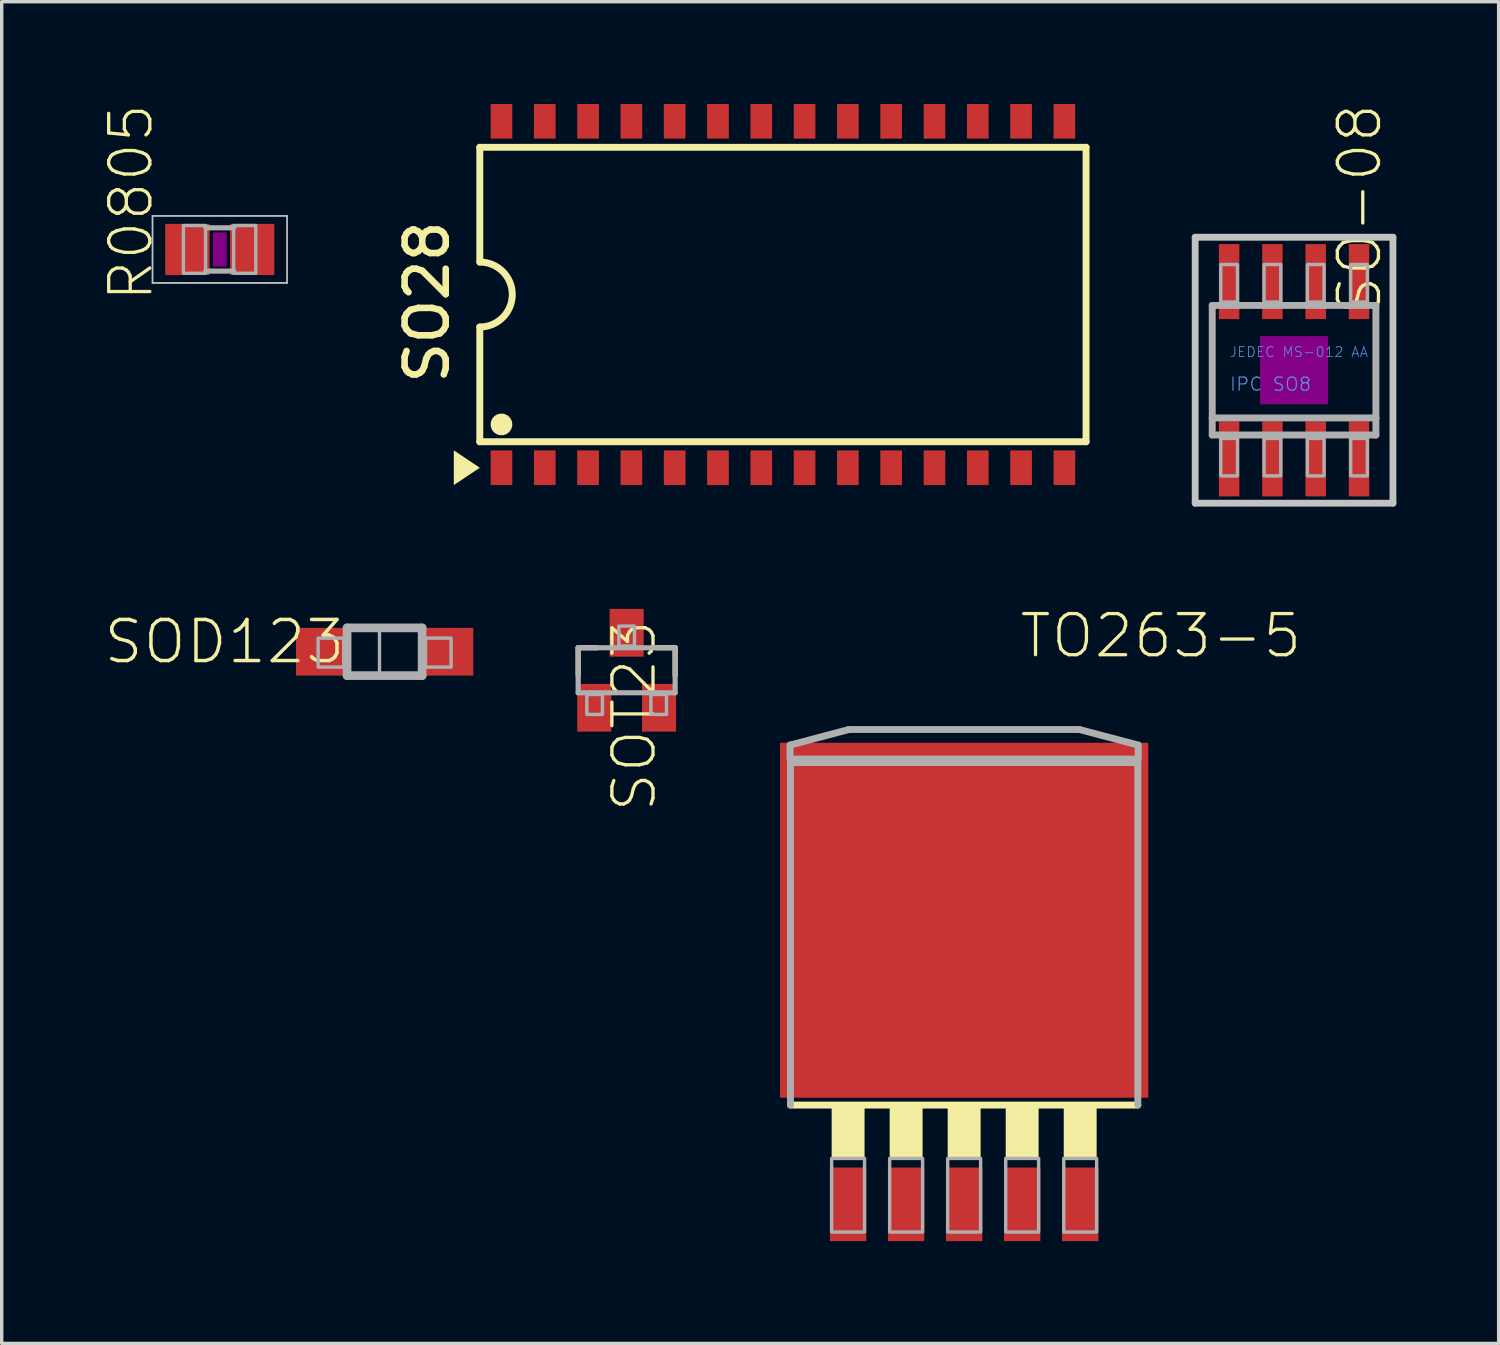
<source format=kicad_pcb>
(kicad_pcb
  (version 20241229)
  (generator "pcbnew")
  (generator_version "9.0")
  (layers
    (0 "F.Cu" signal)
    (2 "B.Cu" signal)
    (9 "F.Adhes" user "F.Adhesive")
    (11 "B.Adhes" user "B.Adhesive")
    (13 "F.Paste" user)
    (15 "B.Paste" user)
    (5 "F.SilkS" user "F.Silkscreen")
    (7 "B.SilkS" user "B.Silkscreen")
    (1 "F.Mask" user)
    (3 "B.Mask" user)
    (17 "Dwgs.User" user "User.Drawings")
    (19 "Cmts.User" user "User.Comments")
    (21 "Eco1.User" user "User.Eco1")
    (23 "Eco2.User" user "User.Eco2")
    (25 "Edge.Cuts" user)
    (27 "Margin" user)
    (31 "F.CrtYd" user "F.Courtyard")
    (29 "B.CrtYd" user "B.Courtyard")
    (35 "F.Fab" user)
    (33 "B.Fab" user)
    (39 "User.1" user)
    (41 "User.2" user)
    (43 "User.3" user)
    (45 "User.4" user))
  (footprint "SOD123"
    (layer "F.Cu")
    (at 8.23 16.065)
    (property "Reference" "SOD123" (at -1.1 -1 0) (layer "F.SilkS") (effects (font (size 1.206 1.206) (thickness 0.102)) (justify right top)))
    (attr through_hole)
    (fp_line (start -1.1 -0.7) (end 1.1 -0.7) (stroke (width 0.254) (type solid)) (layer "F.Fab"))
    (fp_line (start -1.1 0.7) (end -1.1 -0.7) (stroke (width 0.254) (type solid)) (layer "F.Fab"))
    (fp_line (start 1.1 -0.7) (end 1.1 0.7) (stroke (width 0.254) (type solid)) (layer "F.Fab"))
    (fp_line (start 1.1 0.7) (end -1.1 0.7) (stroke (width 0.254) (type solid)) (layer "F.Fab"))
    (fp_poly (pts (xy -1.95 0.45) (xy -1.2 0.45) (xy -1.2 -0.4) (xy -1.95 -0.4)) (stroke (width 0.1) (type solid)) (fill no) (layer "F.Fab"))
    (fp_poly (pts (xy -1.05 0.65) (xy -0.15 0.65) (xy -0.15 -0.7) (xy -1.05 -0.7)) (stroke (width 0.1) (type solid)) (fill no) (layer "F.Fab"))
    (fp_poly (pts (xy 1.2 0.45) (xy 1.95 0.45) (xy 1.95 -0.4) (xy 1.2 -0.4)) (stroke (width 0.1) (type solid)) (fill no) (layer "F.Fab"))
    (pad "A" smd rect (at 1.9 0) (size 1.4 1.4) (layers "F.Cu" "F.Mask" "F.Paste"))
    (pad "C" smd rect (at -1.9 0) (size 1.4 1.4) (layers "F.Cu" "F.Mask" "F.Paste")))
  (footprint "TO263-5"
    (layer "F.Cu")
    (at 25.227 26.48)
    (property "Reference" "TO263-5" (at 1.57 -10.176 0) (layer "F.SilkS") (effects (font (size 1.206 1.206) (thickness 0.097)) (justify left bottom)))
    (attr through_hole)
    (fp_line (start 5.094 2.88) (end -5.094 2.88) (stroke (width 0.203) (type solid)) (layer "F.SilkS"))
    (fp_poly (pts (xy -3.886 4.47) (xy -2.921 4.47) (xy -2.921 2.794) (xy -3.886 2.794)) (stroke (width 0) (type solid)) (fill yes) (layer "F.SilkS"))
    (fp_poly (pts (xy -2.184 4.47) (xy -1.219 4.47) (xy -1.219 2.794) (xy -2.184 2.794)) (stroke (width 0) (type solid)) (fill yes) (layer "F.SilkS"))
    (fp_poly (pts (xy -0.483 4.47) (xy 0.483 4.47) (xy 0.483 2.794) (xy -0.483 2.794)) (stroke (width 0) (type solid)) (fill yes) (layer "F.SilkS"))
    (fp_poly (pts (xy 1.219 4.47) (xy 2.184 4.47) (xy 2.184 2.794) (xy 1.219 2.794)) (stroke (width 0) (type solid)) (fill yes) (layer "F.SilkS"))
    (fp_poly (pts (xy 2.921 4.47) (xy 3.886 4.47) (xy 3.886 2.794) (xy 2.921 2.794)) (stroke (width 0) (type solid)) (fill yes) (layer "F.SilkS"))
    (fp_line (start -5.105 -7.678) (end -3.378 -8.135) (stroke (width 0.203) (type solid)) (layer "F.Fab"))
    (fp_line (start -5.105 -7.267) (end -5.105 -7.678) (stroke (width 0.203) (type solid)) (layer "F.Fab"))
    (fp_line (start -5.094 -7.165) (end 5.094 -7.165) (stroke (width 0.203) (type solid)) (layer "F.Fab"))
    (fp_line (start -5.094 2.88) (end -5.094 -7.165) (stroke (width 0.203) (type solid)) (layer "F.Fab"))
    (fp_line (start -3.378 -8.135) (end 3.378 -8.135) (stroke (width 0.203) (type solid)) (layer "F.Fab"))
    (fp_line (start 3.378 -8.135) (end 5.105 -7.678) (stroke (width 0.203) (type solid)) (layer "F.Fab"))
    (fp_line (start 5.094 -7.165) (end 5.094 2.88) (stroke (width 0.203) (type solid)) (layer "F.Fab"))
    (fp_line (start 5.105 -7.678) (end 5.105 -7.267) (stroke (width 0.203) (type solid)) (layer "F.Fab"))
    (fp_line (start 5.105 -7.267) (end -5.105 -7.267) (stroke (width 0.203) (type solid)) (layer "F.Fab"))
    (fp_poly (pts (xy -3.886 6.604) (xy -2.921 6.604) (xy -2.921 4.445) (xy -3.886 4.445)) (stroke (width 0.1) (type solid)) (fill no) (layer "F.Fab"))
    (fp_poly (pts (xy -2.184 6.604) (xy -1.219 6.604) (xy -1.219 4.445) (xy -2.184 4.445)) (stroke (width 0.1) (type solid)) (fill no) (layer "F.Fab"))
    (fp_poly (pts (xy -0.483 6.604) (xy 0.483 6.604) (xy 0.483 4.445) (xy -0.483 4.445)) (stroke (width 0.1) (type solid)) (fill no) (layer "F.Fab"))
    (fp_poly (pts (xy 1.219 6.604) (xy 2.184 6.604) (xy 2.184 4.445) (xy 1.219 4.445)) (stroke (width 0.1) (type solid)) (fill no) (layer "F.Fab"))
    (fp_poly (pts (xy 2.921 6.604) (xy 3.886 6.604) (xy 3.886 4.445) (xy 2.921 4.445)) (stroke (width 0.1) (type solid)) (fill no) (layer "F.Fab"))
    (fp_poly (pts (xy -5.105 -7.267) (xy -5.105 -7.678) (xy -3.378 -8.135) (xy 3.378 -8.135) (xy 5.105 -7.678) (xy 5.105 -7.267)) (stroke (width 0.1) (type solid)) (fill no) (layer "F.Fab"))
    (pad "1" smd rect (at -3.404 5.791) (size 1.067 2.159) (layers "F.Cu" "F.Mask" "F.Paste"))
    (pad "2" smd rect (at -1.702 5.791) (size 1.067 2.159) (layers "F.Cu" "F.Mask" "F.Paste"))
    (pad "3" smd rect (at 0 5.791) (size 1.067 2.159) (layers "F.Cu" "F.Mask" "F.Paste"))
    (pad "4" smd rect (at 1.702 5.791) (size 1.067 2.159) (layers "F.Cu" "F.Mask" "F.Paste"))
    (pad "5" smd rect (at 3.404 5.791) (size 1.067 2.159) (layers "F.Cu" "F.Mask" "F.Paste"))
    (pad "6" smd rect (at 0 -2.54) (size 10.8 10.41) (layers "F.Cu" "F.Mask" "F.Paste")))
  (footprint "R0805"
    (layer "F.Cu")
    (at 3.396 4.266)
    (property "Reference" "R0805" (at -1.9 1.585 270) (layer "F.SilkS") (effects (font (size 1.206 1.206) (thickness 0.097)) (justify left bottom)))
    (attr through_hole)
    (fp_poly (pts (xy -0.2 0.5) (xy 0.2 0.5) (xy 0.2 -0.5) (xy -0.2 -0.5)) (stroke (width 0) (type solid)) (fill yes) (layer "F.Adhes"))
    (fp_line (start -1.973 -0.983) (end 1.973 -0.983) (stroke (width 0.051) (type solid)) (layer "Dwgs.User"))
    (fp_line (start -1.973 0.983) (end -1.973 -0.983) (stroke (width 0.051) (type solid)) (layer "Dwgs.User"))
    (fp_line (start 1.973 -0.983) (end 1.973 0.983) (stroke (width 0.051) (type solid)) (layer "Dwgs.User"))
    (fp_line (start 1.973 0.983) (end -1.973 0.983) (stroke (width 0.051) (type solid)) (layer "Dwgs.User"))
    (fp_line (start -0.41 -0.635) (end 0.41 -0.635) (stroke (width 0.152) (type solid)) (layer "F.Fab"))
    (fp_line (start -0.41 0.635) (end 0.41 0.635) (stroke (width 0.152) (type solid)) (layer "F.Fab"))
    (fp_poly (pts (xy -1.067 0.699) (xy -0.417 0.699) (xy -0.417 -0.702) (xy -1.067 -0.702)) (stroke (width 0.1) (type solid)) (fill no) (layer "F.Fab"))
    (fp_poly (pts (xy 0.406 0.699) (xy 1.056 0.699) (xy 1.056 -0.702) (xy 0.406 -0.702)) (stroke (width 0.1) (type solid)) (fill no) (layer "F.Fab"))
    (pad "1" smd rect (at -0.95 0) (size 1.3 1.5) (layers "F.Cu" "F.Mask" "F.Paste"))
    (pad "2" smd rect (at 0.95 0) (size 1.3 1.5) (layers "F.Cu" "F.Mask" "F.Paste")))
  (footprint "SO-08"
    (layer "F.Cu")
    (at 34.903 7.808)
    (property "Reference" "SO-08" (at 2.627 -1.555 270) (layer "F.SilkS") (effects (font (size 1.206 1.206) (thickness 0.097)) (justify left bottom)))
    (attr through_hole)
    (fp_poly (pts (xy -1 1) (xy 1 1) (xy 1 -1) (xy -1 -1)) (stroke (width 0) (type solid)) (fill yes) (layer "F.Adhes"))
    (fp_line (start -2.9 -3.9) (end 2.9 -3.9) (stroke (width 0.2) (type solid)) (layer "Dwgs.User"))
    (fp_line (start -2.9 3.9) (end -2.9 -3.9) (stroke (width 0.2) (type solid)) (layer "Dwgs.User"))
    (fp_line (start 2.9 -3.9) (end 2.9 3.9) (stroke (width 0.2) (type solid)) (layer "Dwgs.User"))
    (fp_line (start 2.9 3.9) (end -2.9 3.9) (stroke (width 0.2) (type solid)) (layer "Dwgs.User"))
    (fp_line (start -2.4 -1.9) (end 2.4 -1.9) (stroke (width 0.203) (type solid)) (layer "F.Fab"))
    (fp_line (start -2.4 1.4) (end -2.4 -1.9) (stroke (width 0.203) (type solid)) (layer "F.Fab"))
    (fp_line (start -2.4 1.9) (end -2.4 1.4) (stroke (width 0.203) (type solid)) (layer "F.Fab"))
    (fp_line (start 2.4 -1.9) (end 2.4 1.4) (stroke (width 0.203) (type solid)) (layer "F.Fab"))
    (fp_line (start 2.4 1.4) (end -2.4 1.4) (stroke (width 0.203) (type solid)) (layer "F.Fab"))
    (fp_line (start 2.4 1.4) (end 2.4 1.9) (stroke (width 0.203) (type solid)) (layer "F.Fab"))
    (fp_line (start 2.4 1.9) (end -2.4 1.9) (stroke (width 0.203) (type solid)) (layer "F.Fab"))
    (fp_poly (pts (xy -2.15 -2) (xy -1.66 -2) (xy -1.66 -3.1) (xy -2.15 -3.1)) (stroke (width 0.1) (type solid)) (fill no) (layer "F.Fab"))
    (fp_poly (pts (xy -2.15 3.1) (xy -1.66 3.1) (xy -1.66 2) (xy -2.15 2)) (stroke (width 0.1) (type solid)) (fill no) (layer "F.Fab"))
    (fp_poly (pts (xy -0.88 -2) (xy -0.39 -2) (xy -0.39 -3.1) (xy -0.88 -3.1)) (stroke (width 0.1) (type solid)) (fill no) (layer "F.Fab"))
    (fp_poly (pts (xy -0.88 3.1) (xy -0.39 3.1) (xy -0.39 2) (xy -0.88 2)) (stroke (width 0.1) (type solid)) (fill no) (layer "F.Fab"))
    (fp_poly (pts (xy 0.39 -2) (xy 0.88 -2) (xy 0.88 -3.1) (xy 0.39 -3.1)) (stroke (width 0.1) (type solid)) (fill no) (layer "F.Fab"))
    (fp_poly (pts (xy 0.39 3.1) (xy 0.88 3.1) (xy 0.88 2) (xy 0.39 2)) (stroke (width 0.1) (type solid)) (fill no) (layer "F.Fab"))
    (fp_poly (pts (xy 1.66 -2) (xy 2.15 -2) (xy 2.15 -3.1) (xy 1.66 -3.1)) (stroke (width 0.1) (type solid)) (fill no) (layer "F.Fab"))
    (fp_poly (pts (xy 1.66 3.1) (xy 2.15 3.1) (xy 2.15 2) (xy 1.66 2)) (stroke (width 0.1) (type solid)) (fill no) (layer "F.Fab"))
    (fp_text user "IPC SO8" (at -1.905 0.635 0) (layer "Cmts.User") (effects (font (size 0.386 0.386) (thickness 0.033)) (justify left bottom)))
    (fp_text user "JEDEC MS-012 AA" (at -1.905 -0.365 0) (layer "Cmts.User") (effects (font (size 0.29 0.29) (thickness 0.024)) (justify left bottom)))
    (pad "1" smd rect (at -1.905 2.6) (size 0.6 2.2) (layers "F.Cu" "F.Mask" "F.Paste"))
    (pad "2" smd rect (at -0.635 2.6) (size 0.6 2.2) (layers "F.Cu" "F.Mask" "F.Paste"))
    (pad "3" smd rect (at 0.635 2.6) (size 0.6 2.2) (layers "F.Cu" "F.Mask" "F.Paste"))
    (pad "4" smd rect (at 1.905 2.6) (size 0.6 2.2) (layers "F.Cu" "F.Mask" "F.Paste"))
    (pad "5" smd rect (at 1.905 -2.6) (size 0.6 2.2) (layers "F.Cu" "F.Mask" "F.Paste"))
    (pad "6" smd rect (at 0.635 -2.6) (size 0.6 2.2) (layers "F.Cu" "F.Mask" "F.Paste"))
    (pad "7" smd rect (at -0.635 -2.6) (size 0.6 2.2) (layers "F.Cu" "F.Mask" "F.Paste"))
    (pad "8" smd rect (at -1.905 -2.6) (size 0.6 2.2) (layers "F.Cu" "F.Mask" "F.Paste")))
  (footprint "SOT23"
    (layer "F.Cu")
    (at 15.329 16.608)
    (property "Reference" "SOT23" (at 0.925 4.215 270) (layer "F.SilkS") (effects (font (size 1.206 1.206) (thickness 0.097)) (justify left bottom)))
    (attr through_hole)
    (fp_line (start -1.422 -0.66) (end -0.864 -0.66) (stroke (width 0.152) (type solid)) (layer "F.SilkS"))
    (fp_line (start -1.422 0.152) (end -1.422 -0.66) (stroke (width 0.152) (type solid)) (layer "F.SilkS"))
    (fp_line (start 0.864 -0.66) (end 1.422 -0.66) (stroke (width 0.152) (type solid)) (layer "F.SilkS"))
    (fp_line (start 1.422 -0.66) (end 1.422 0.152) (stroke (width 0.152) (type solid)) (layer "F.SilkS"))
    (fp_line (start -1.422 -0.66) (end 1.422 -0.66) (stroke (width 0.152) (type solid)) (layer "F.Fab"))
    (fp_line (start -1.422 0.66) (end -1.422 -0.66) (stroke (width 0.152) (type solid)) (layer "F.Fab"))
    (fp_line (start 1.422 -0.66) (end 1.422 0.66) (stroke (width 0.152) (type solid)) (layer "F.Fab"))
    (fp_line (start 1.422 0.66) (end -1.422 0.66) (stroke (width 0.152) (type solid)) (layer "F.Fab"))
    (fp_poly (pts (xy -1.168 1.295) (xy -0.711 1.295) (xy -0.711 0.711) (xy -1.168 0.711)) (stroke (width 0.1) (type solid)) (fill no) (layer "F.Fab"))
    (fp_poly (pts (xy -0.229 -0.711) (xy 0.229 -0.711) (xy 0.229 -1.295) (xy -0.229 -1.295)) (stroke (width 0.1) (type solid)) (fill no) (layer "F.Fab"))
    (fp_poly (pts (xy 0.711 1.295) (xy 1.168 1.295) (xy 1.168 0.711) (xy 0.711 0.711)) (stroke (width 0.1) (type solid)) (fill no) (layer "F.Fab"))
    (pad "1" smd rect (at -0.95 1.1) (size 1 1.4) (layers "F.Cu" "F.Mask" "F.Paste"))
    (pad "2" smd rect (at 0.95 1.1) (size 1 1.4) (layers "F.Cu" "F.Mask" "F.Paste"))
    (pad "3" smd rect (at 0 -1.1) (size 1 1.4) (layers "F.Cu" "F.Mask" "F.Paste")))
  (footprint "SO28"
    (layer "F.Cu")
    (at 19.912 5.588)
    (property "Reference" "SO28" (at -9.732 2.701 270) (layer "F.SilkS") (effects (font (size 1.206 1.206) (thickness 0.193)) (justify left bottom)))
    (attr through_hole)
    (fp_line (start -8.89 -4.318) (end -8.89 -0.953) (stroke (width 0.203) (type solid)) (layer "F.SilkS"))
    (fp_line (start -8.89 0.953) (end -8.89 4.318) (stroke (width 0.203) (type solid)) (layer "F.SilkS"))
    (fp_line (start -8.89 4.318) (end 8.89 4.318) (stroke (width 0.203) (type solid)) (layer "F.SilkS"))
    (fp_line (start 8.89 -4.318) (end -8.89 -4.318) (stroke (width 0.203) (type solid)) (layer "F.SilkS"))
    (fp_line (start 8.89 4.318) (end 8.89 -4.318) (stroke (width 0.203) (type solid)) (layer "F.SilkS"))
    (fp_arc (start -8.89 -0.9525) (mid -7.9375 0) (end -8.89 0.9525) (stroke (width 0.2032) (type solid)) (layer "F.SilkS"))
    (fp_circle (center -8.255 3.81) (end -8.096 3.81) (stroke (width 0.318) (type solid)) (fill no) (layer "F.SilkS"))
    (fp_poly (pts (xy -8.89 5.08) (xy -9.652 4.572) (xy -9.652 5.588)) (stroke (width 0) (type solid)) (fill yes) (layer "F.SilkS"))
    (pad "1" smd rect (at -8.255 5.08) (size 0.635 1.016) (layers "F.Cu" "F.Mask" "F.Paste"))
    (pad "2" smd rect (at -6.985 5.08) (size 0.635 1.016) (layers "F.Cu" "F.Mask" "F.Paste"))
    (pad "3" smd rect (at -5.715 5.08) (size 0.635 1.016) (layers "F.Cu" "F.Mask" "F.Paste"))
    (pad "4" smd rect (at -4.445 5.08) (size 0.635 1.016) (layers "F.Cu" "F.Mask" "F.Paste"))
    (pad "5" smd rect (at -3.175 5.08) (size 0.635 1.016) (layers "F.Cu" "F.Mask" "F.Paste"))
    (pad "6" smd rect (at -1.905 5.08) (size 0.635 1.016) (layers "F.Cu" "F.Mask" "F.Paste"))
    (pad "7" smd rect (at -0.635 5.08) (size 0.635 1.016) (layers "F.Cu" "F.Mask" "F.Paste"))
    (pad "8" smd rect (at 0.635 5.08) (size 0.635 1.016) (layers "F.Cu" "F.Mask" "F.Paste"))
    (pad "9" smd rect (at 1.905 5.08) (size 0.635 1.016) (layers "F.Cu" "F.Mask" "F.Paste"))
    (pad "10" smd rect (at 3.175 5.08) (size 0.635 1.016) (layers "F.Cu" "F.Mask" "F.Paste"))
    (pad "11" smd rect (at 4.445 5.08) (size 0.635 1.016) (layers "F.Cu" "F.Mask" "F.Paste"))
    (pad "12" smd rect (at 5.715 5.08) (size 0.635 1.016) (layers "F.Cu" "F.Mask" "F.Paste"))
    (pad "13" smd rect (at 6.985 5.08) (size 0.635 1.016) (layers "F.Cu" "F.Mask" "F.Paste"))
    (pad "14" smd rect (at 8.255 5.08) (size 0.635 1.016) (layers "F.Cu" "F.Mask" "F.Paste"))
    (pad "15" smd rect (at 8.255 -5.08) (size 0.635 1.016) (layers "F.Cu" "F.Mask" "F.Paste"))
    (pad "16" smd rect (at 6.985 -5.08) (size 0.635 1.016) (layers "F.Cu" "F.Mask" "F.Paste"))
    (pad "17" smd rect (at 5.715 -5.08) (size 0.635 1.016) (layers "F.Cu" "F.Mask" "F.Paste"))
    (pad "18" smd rect (at 4.445 -5.08) (size 0.635 1.016) (layers "F.Cu" "F.Mask" "F.Paste"))
    (pad "19" smd rect (at 3.175 -5.08) (size 0.635 1.016) (layers "F.Cu" "F.Mask" "F.Paste"))
    (pad "20" smd rect (at 1.905 -5.08) (size 0.635 1.016) (layers "F.Cu" "F.Mask" "F.Paste"))
    (pad "21" smd rect (at 0.635 -5.08) (size 0.635 1.016) (layers "F.Cu" "F.Mask" "F.Paste"))
    (pad "22" smd rect (at -0.635 -5.08) (size 0.635 1.016) (layers "F.Cu" "F.Mask" "F.Paste"))
    (pad "23" smd rect (at -1.905 -5.08) (size 0.635 1.016) (layers "F.Cu" "F.Mask" "F.Paste"))
    (pad "24" smd rect (at -3.175 -5.08) (size 0.635 1.016) (layers "F.Cu" "F.Mask" "F.Paste"))
    (pad "25" smd rect (at -4.445 -5.08) (size 0.635 1.016) (layers "F.Cu" "F.Mask" "F.Paste"))
    (pad "26" smd rect (at -5.715 -5.08) (size 0.635 1.016) (layers "F.Cu" "F.Mask" "F.Paste"))
    (pad "27" smd rect (at -6.985 -5.08) (size 0.635 1.016) (layers "F.Cu" "F.Mask" "F.Paste"))
    (pad "28" smd rect (at -8.255 -5.08) (size 0.635 1.016) (layers "F.Cu" "F.Mask" "F.Paste")))
  (gr_rect
    (start -3 -3)
    (end 40.903 36.351)
    (stroke (width 0.1) (type default))
    (fill no)
    (layer "Edge.Cuts")))
</source>
